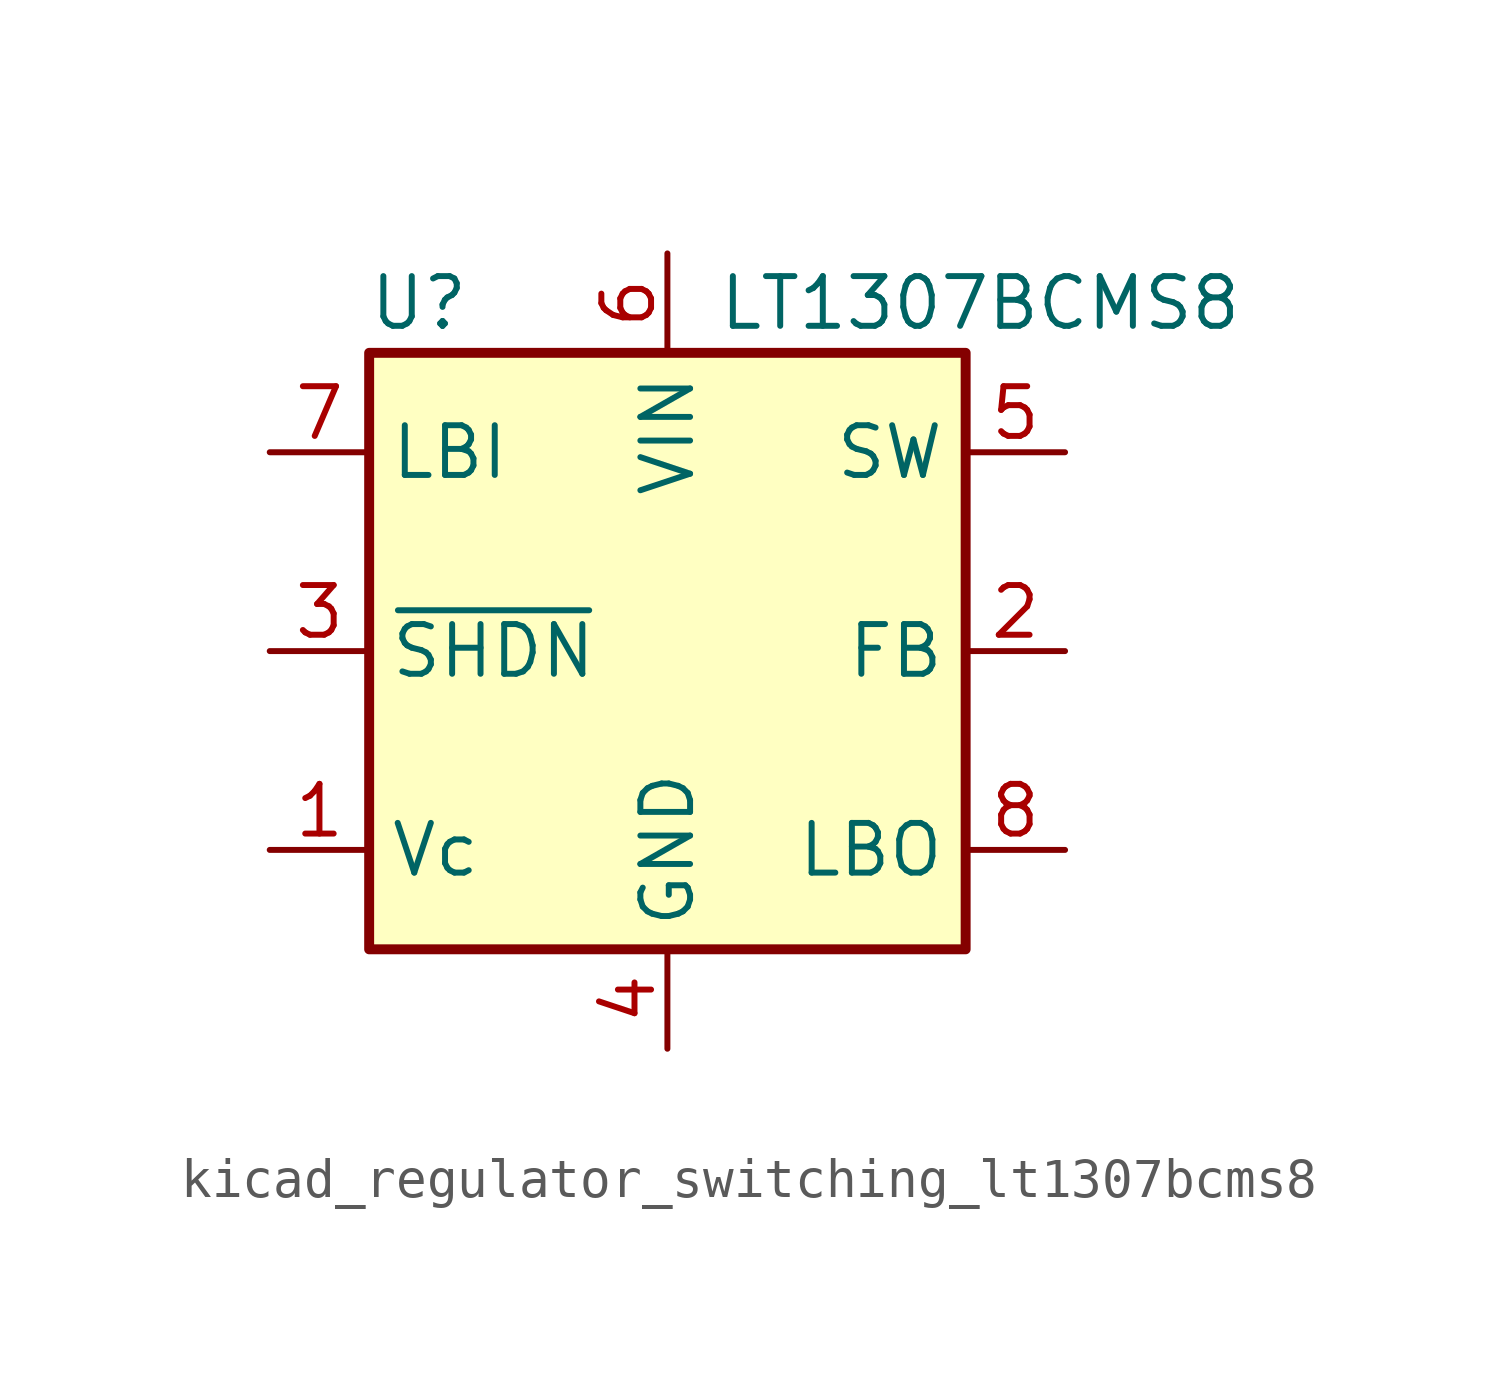
<source format=kicad_sym>
(kicad_symbol_lib
  (version 20220914)
  (generator kicad_symbol_editor)
  (symbol "kicad_regulator_switching_lt1307bcms8"
    (property "Reference" "U"
      (at -6.35 8.89 0)
      (effects (font (size 1.27 1.27))))
    (property "Value" "LT1307BCMS8"
      (at 1.27 8.89 0)
      (effects (font (size 1.27 1.27)) (justify left)))
    (symbol "kicad_regulator_switching_lt1307bcms8_0_1"
      (rectangle (start -7.62 -7.62) (end 7.62 7.62) (stroke (width 0.254) (type default)) (fill (type background))))
    (symbol "kicad_regulator_switching_lt1307bcms8_1_1"
      (pin input line (at -10.16 -5.08 0) (length 2.54) (name "Vc" (effects (font (size 1.27 1.27)))) (number "1" (effects (font (size 1.27 1.27)))))
      (pin input line (at 10.16 0 180) (length 2.54) (name "FB" (effects (font (size 1.27 1.27)))) (number "2" (effects (font (size 1.27 1.27)))))
      (pin input line (at -10.16 0 0) (length 2.54) (name "~{SHDN}" (effects (font (size 1.27 1.27)))) (number "3" (effects (font (size 1.27 1.27)))))
      (pin power_in line (at 0 -10.16 90) (length 2.54) (name "GND" (effects (font (size 1.27 1.27)))) (number "4" (effects (font (size 1.27 1.27)))))
      (pin open_collector line (at 10.16 5.08 180) (length 2.54) (name "SW" (effects (font (size 1.27 1.27)))) (number "5" (effects (font (size 1.27 1.27)))))
      (pin power_in line (at 0 10.16 270) (length 2.54) (name "VIN" (effects (font (size 1.27 1.27)))) (number "6" (effects (font (size 1.27 1.27)))))
      (pin input line (at -10.16 5.08 0) (length 2.54) (name "LBI" (effects (font (size 1.27 1.27)))) (number "7" (effects (font (size 1.27 1.27)))))
      (pin output line (at 10.16 -5.08 180) (length 2.54) (name "LBO" (effects (font (size 1.27 1.27)))) (number "8" (effects (font (size 1.27 1.27))))))))
</source>
